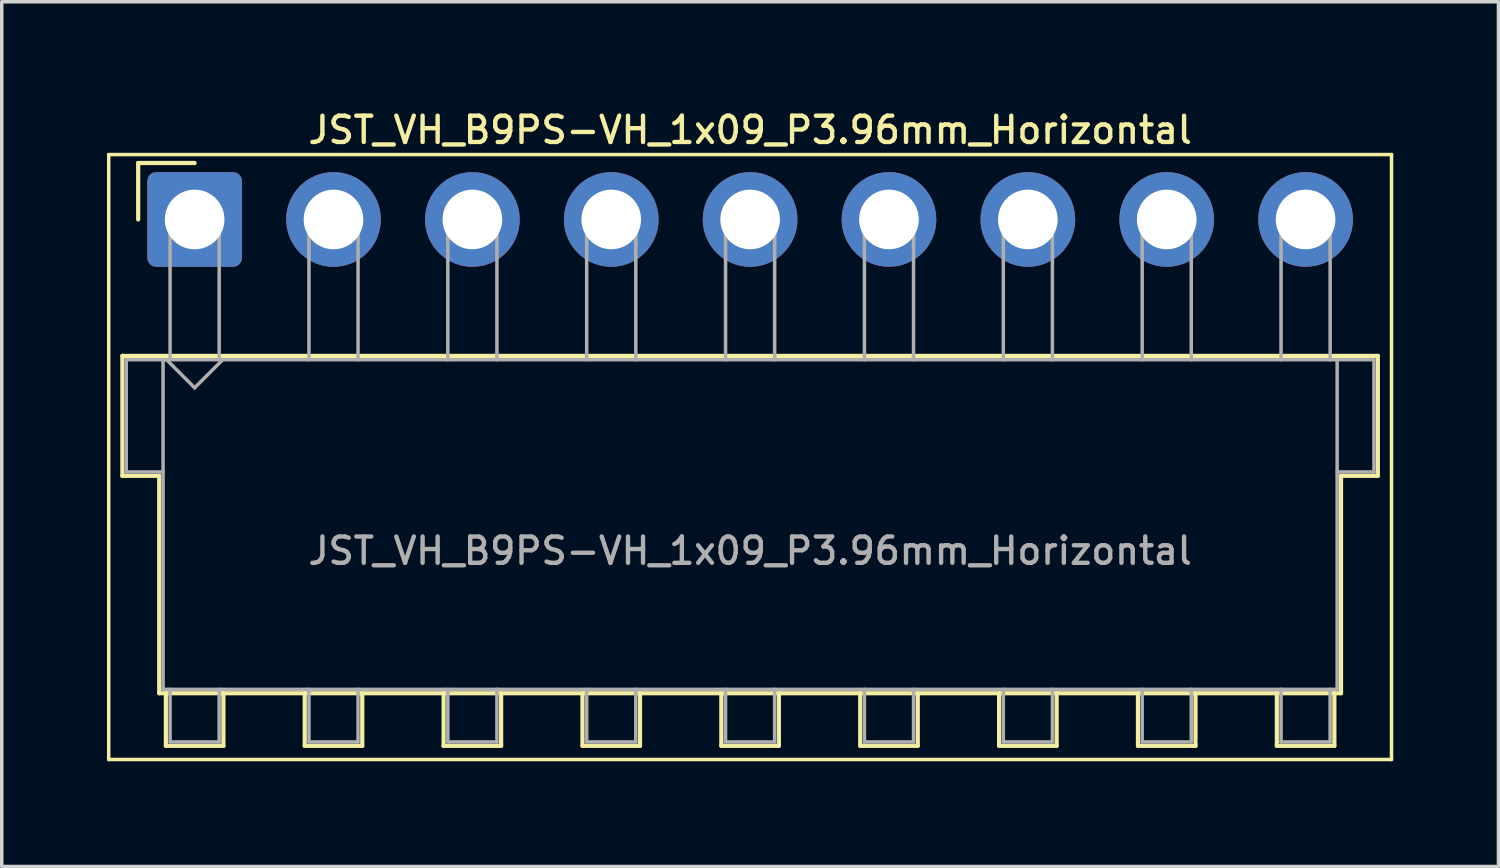
<source format=kicad_pcb>
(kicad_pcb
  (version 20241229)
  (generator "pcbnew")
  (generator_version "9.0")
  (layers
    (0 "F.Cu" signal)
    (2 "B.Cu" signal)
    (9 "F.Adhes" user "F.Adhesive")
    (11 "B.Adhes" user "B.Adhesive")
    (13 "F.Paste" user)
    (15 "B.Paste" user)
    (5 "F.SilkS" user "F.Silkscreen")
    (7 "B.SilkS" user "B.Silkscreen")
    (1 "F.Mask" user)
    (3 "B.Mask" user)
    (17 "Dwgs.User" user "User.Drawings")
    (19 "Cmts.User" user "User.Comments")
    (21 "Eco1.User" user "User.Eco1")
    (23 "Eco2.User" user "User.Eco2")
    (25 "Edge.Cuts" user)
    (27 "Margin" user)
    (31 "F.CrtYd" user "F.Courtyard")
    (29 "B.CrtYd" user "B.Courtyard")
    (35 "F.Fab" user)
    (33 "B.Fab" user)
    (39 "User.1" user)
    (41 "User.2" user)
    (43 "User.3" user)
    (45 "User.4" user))
  (footprint "JST_VH_B9PS-VH_1x09_P3.96mm_Horizontal"
    (layer "F.Cu")
    (at 2.5 3.208)
    (property "Reference" "JST_VH_B9PS-VH_1x09_P3.96mm_Horizontal" (at 15.84 -2.55 0) (layer "F.SilkS") (effects (font (size 0.75 0.75) (thickness 0.125))))
    (attr through_hole)
    (fp_line (start -2.45 -1.85) (end -2.45 15.4) (stroke (width 0.1) (type solid)) (layer "F.SilkS"))
    (fp_line (start -2.45 15.4) (end 34.13 15.4) (stroke (width 0.1) (type solid)) (layer "F.SilkS"))
    (fp_line (start -2.06 3.89) (end 33.74 3.89) (stroke (width 0.12) (type solid)) (layer "F.SilkS"))
    (fp_line (start -2.06 7.31) (end -2.06 3.89) (stroke (width 0.12) (type solid)) (layer "F.SilkS"))
    (fp_line (start -1.61 -1.61) (end -1.61 0) (stroke (width 0.12) (type solid)) (layer "F.SilkS"))
    (fp_line (start -1.01 7.31) (end -2.06 7.31) (stroke (width 0.12) (type solid)) (layer "F.SilkS"))
    (fp_line (start -1.01 13.51) (end -1.01 7.31) (stroke (width 0.12) (type solid)) (layer "F.SilkS"))
    (fp_line (start -0.82 13.51) (end -0.82 15.01) (stroke (width 0.12) (type solid)) (layer "F.SilkS"))
    (fp_line (start -0.82 15.01) (end 0.82 15.01) (stroke (width 0.12) (type solid)) (layer "F.SilkS"))
    (fp_line (start 0 -1.61) (end -1.61 -1.61) (stroke (width 0.12) (type solid)) (layer "F.SilkS"))
    (fp_line (start 0.82 15.01) (end 0.82 13.51) (stroke (width 0.12) (type solid)) (layer "F.SilkS"))
    (fp_line (start 3.14 13.51) (end 3.14 15.01) (stroke (width 0.12) (type solid)) (layer "F.SilkS"))
    (fp_line (start 3.14 15.01) (end 4.78 15.01) (stroke (width 0.12) (type solid)) (layer "F.SilkS"))
    (fp_line (start 4.78 15.01) (end 4.78 13.51) (stroke (width 0.12) (type solid)) (layer "F.SilkS"))
    (fp_line (start 7.1 13.51) (end 7.1 15.01) (stroke (width 0.12) (type solid)) (layer "F.SilkS"))
    (fp_line (start 7.1 15.01) (end 8.74 15.01) (stroke (width 0.12) (type solid)) (layer "F.SilkS"))
    (fp_line (start 8.74 15.01) (end 8.74 13.51) (stroke (width 0.12) (type solid)) (layer "F.SilkS"))
    (fp_line (start 11.06 13.51) (end 11.06 15.01) (stroke (width 0.12) (type solid)) (layer "F.SilkS"))
    (fp_line (start 11.06 15.01) (end 12.7 15.01) (stroke (width 0.12) (type solid)) (layer "F.SilkS"))
    (fp_line (start 12.7 15.01) (end 12.7 13.51) (stroke (width 0.12) (type solid)) (layer "F.SilkS"))
    (fp_line (start 15.02 13.51) (end 15.02 15.01) (stroke (width 0.12) (type solid)) (layer "F.SilkS"))
    (fp_line (start 15.02 15.01) (end 16.66 15.01) (stroke (width 0.12) (type solid)) (layer "F.SilkS"))
    (fp_line (start 16.66 15.01) (end 16.66 13.51) (stroke (width 0.12) (type solid)) (layer "F.SilkS"))
    (fp_line (start 18.98 13.51) (end 18.98 15.01) (stroke (width 0.12) (type solid)) (layer "F.SilkS"))
    (fp_line (start 18.98 15.01) (end 20.62 15.01) (stroke (width 0.12) (type solid)) (layer "F.SilkS"))
    (fp_line (start 20.62 15.01) (end 20.62 13.51) (stroke (width 0.12) (type solid)) (layer "F.SilkS"))
    (fp_line (start 22.94 13.51) (end 22.94 15.01) (stroke (width 0.12) (type solid)) (layer "F.SilkS"))
    (fp_line (start 22.94 15.01) (end 24.58 15.01) (stroke (width 0.12) (type solid)) (layer "F.SilkS"))
    (fp_line (start 24.58 15.01) (end 24.58 13.51) (stroke (width 0.12) (type solid)) (layer "F.SilkS"))
    (fp_line (start 26.9 13.51) (end 26.9 15.01) (stroke (width 0.12) (type solid)) (layer "F.SilkS"))
    (fp_line (start 26.9 15.01) (end 28.54 15.01) (stroke (width 0.12) (type solid)) (layer "F.SilkS"))
    (fp_line (start 28.54 15.01) (end 28.54 13.51) (stroke (width 0.12) (type solid)) (layer "F.SilkS"))
    (fp_line (start 30.86 13.51) (end 30.86 15.01) (stroke (width 0.12) (type solid)) (layer "F.SilkS"))
    (fp_line (start 30.86 15.01) (end 32.5 15.01) (stroke (width 0.12) (type solid)) (layer "F.SilkS"))
    (fp_line (start 32.5 15.01) (end 32.5 13.51) (stroke (width 0.12) (type solid)) (layer "F.SilkS"))
    (fp_line (start 32.69 7.31) (end 32.69 13.51) (stroke (width 0.12) (type solid)) (layer "F.SilkS"))
    (fp_line (start 32.69 13.51) (end -1.01 13.51) (stroke (width 0.12) (type solid)) (layer "F.SilkS"))
    (fp_line (start 33.74 3.89) (end 33.74 7.31) (stroke (width 0.12) (type solid)) (layer "F.SilkS"))
    (fp_line (start 33.74 7.31) (end 32.69 7.31) (stroke (width 0.12) (type solid)) (layer "F.SilkS"))
    (fp_line (start 34.13 -1.85) (end -2.45 -1.85) (stroke (width 0.1) (type solid)) (layer "F.SilkS"))
    (fp_line (start 34.13 15.4) (end 34.13 -1.85) (stroke (width 0.1) (type solid)) (layer "F.SilkS"))
    (fp_line (start -1.95 4) (end -0.9 4) (stroke (width 0.1) (type solid)) (layer "F.Fab"))
    (fp_line (start -1.95 7.2) (end -1.95 4) (stroke (width 0.1) (type solid)) (layer "F.Fab"))
    (fp_line (start -0.9 4) (end -0.9 13.4) (stroke (width 0.1) (type solid)) (layer "F.Fab"))
    (fp_line (start -0.9 7.2) (end -1.95 7.2) (stroke (width 0.1) (type solid)) (layer "F.Fab"))
    (fp_line (start -0.9 13.4) (end 32.58 13.4) (stroke (width 0.1) (type solid)) (layer "F.Fab"))
    (fp_line (start -0.8 4) (end 0 4.8) (stroke (width 0.1) (type solid)) (layer "F.Fab"))
    (fp_line (start -0.7 0) (end 0.7 0) (stroke (width 0.1) (type solid)) (layer "F.Fab"))
    (fp_line (start -0.7 4) (end -0.7 0) (stroke (width 0.1) (type solid)) (layer "F.Fab"))
    (fp_line (start -0.7 13.4) (end -0.7 14.9) (stroke (width 0.1) (type solid)) (layer "F.Fab"))
    (fp_line (start -0.7 14.9) (end 0.7 14.9) (stroke (width 0.1) (type solid)) (layer "F.Fab"))
    (fp_line (start 0 4.8) (end 0.8 4) (stroke (width 0.1) (type solid)) (layer "F.Fab"))
    (fp_line (start 0.7 0) (end 0.7 4) (stroke (width 0.1) (type solid)) (layer "F.Fab"))
    (fp_line (start 0.7 14.9) (end 0.7 13.4) (stroke (width 0.1) (type solid)) (layer "F.Fab"))
    (fp_line (start 3.26 0) (end 4.66 0) (stroke (width 0.1) (type solid)) (layer "F.Fab"))
    (fp_line (start 3.26 4) (end 3.26 0) (stroke (width 0.1) (type solid)) (layer "F.Fab"))
    (fp_line (start 3.26 13.4) (end 3.26 14.9) (stroke (width 0.1) (type solid)) (layer "F.Fab"))
    (fp_line (start 3.26 14.9) (end 4.66 14.9) (stroke (width 0.1) (type solid)) (layer "F.Fab"))
    (fp_line (start 4.66 0) (end 4.66 4) (stroke (width 0.1) (type solid)) (layer "F.Fab"))
    (fp_line (start 4.66 14.9) (end 4.66 13.4) (stroke (width 0.1) (type solid)) (layer "F.Fab"))
    (fp_line (start 7.22 0) (end 8.62 0) (stroke (width 0.1) (type solid)) (layer "F.Fab"))
    (fp_line (start 7.22 4) (end 7.22 0) (stroke (width 0.1) (type solid)) (layer "F.Fab"))
    (fp_line (start 7.22 13.4) (end 7.22 14.9) (stroke (width 0.1) (type solid)) (layer "F.Fab"))
    (fp_line (start 7.22 14.9) (end 8.62 14.9) (stroke (width 0.1) (type solid)) (layer "F.Fab"))
    (fp_line (start 8.62 0) (end 8.62 4) (stroke (width 0.1) (type solid)) (layer "F.Fab"))
    (fp_line (start 8.62 14.9) (end 8.62 13.4) (stroke (width 0.1) (type solid)) (layer "F.Fab"))
    (fp_line (start 11.18 0) (end 12.58 0) (stroke (width 0.1) (type solid)) (layer "F.Fab"))
    (fp_line (start 11.18 4) (end 11.18 0) (stroke (width 0.1) (type solid)) (layer "F.Fab"))
    (fp_line (start 11.18 13.4) (end 11.18 14.9) (stroke (width 0.1) (type solid)) (layer "F.Fab"))
    (fp_line (start 11.18 14.9) (end 12.58 14.9) (stroke (width 0.1) (type solid)) (layer "F.Fab"))
    (fp_line (start 12.58 0) (end 12.58 4) (stroke (width 0.1) (type solid)) (layer "F.Fab"))
    (fp_line (start 12.58 14.9) (end 12.58 13.4) (stroke (width 0.1) (type solid)) (layer "F.Fab"))
    (fp_line (start 15.14 0) (end 16.54 0) (stroke (width 0.1) (type solid)) (layer "F.Fab"))
    (fp_line (start 15.14 4) (end 15.14 0) (stroke (width 0.1) (type solid)) (layer "F.Fab"))
    (fp_line (start 15.14 13.4) (end 15.14 14.9) (stroke (width 0.1) (type solid)) (layer "F.Fab"))
    (fp_line (start 15.14 14.9) (end 16.54 14.9) (stroke (width 0.1) (type solid)) (layer "F.Fab"))
    (fp_line (start 16.54 0) (end 16.54 4) (stroke (width 0.1) (type solid)) (layer "F.Fab"))
    (fp_line (start 16.54 14.9) (end 16.54 13.4) (stroke (width 0.1) (type solid)) (layer "F.Fab"))
    (fp_line (start 19.1 0) (end 20.5 0) (stroke (width 0.1) (type solid)) (layer "F.Fab"))
    (fp_line (start 19.1 4) (end 19.1 0) (stroke (width 0.1) (type solid)) (layer "F.Fab"))
    (fp_line (start 19.1 13.4) (end 19.1 14.9) (stroke (width 0.1) (type solid)) (layer "F.Fab"))
    (fp_line (start 19.1 14.9) (end 20.5 14.9) (stroke (width 0.1) (type solid)) (layer "F.Fab"))
    (fp_line (start 20.5 0) (end 20.5 4) (stroke (width 0.1) (type solid)) (layer "F.Fab"))
    (fp_line (start 20.5 14.9) (end 20.5 13.4) (stroke (width 0.1) (type solid)) (layer "F.Fab"))
    (fp_line (start 23.06 0) (end 24.46 0) (stroke (width 0.1) (type solid)) (layer "F.Fab"))
    (fp_line (start 23.06 4) (end 23.06 0) (stroke (width 0.1) (type solid)) (layer "F.Fab"))
    (fp_line (start 23.06 13.4) (end 23.06 14.9) (stroke (width 0.1) (type solid)) (layer "F.Fab"))
    (fp_line (start 23.06 14.9) (end 24.46 14.9) (stroke (width 0.1) (type solid)) (layer "F.Fab"))
    (fp_line (start 24.46 0) (end 24.46 4) (stroke (width 0.1) (type solid)) (layer "F.Fab"))
    (fp_line (start 24.46 14.9) (end 24.46 13.4) (stroke (width 0.1) (type solid)) (layer "F.Fab"))
    (fp_line (start 27.02 0) (end 28.42 0) (stroke (width 0.1) (type solid)) (layer "F.Fab"))
    (fp_line (start 27.02 4) (end 27.02 0) (stroke (width 0.1) (type solid)) (layer "F.Fab"))
    (fp_line (start 27.02 13.4) (end 27.02 14.9) (stroke (width 0.1) (type solid)) (layer "F.Fab"))
    (fp_line (start 27.02 14.9) (end 28.42 14.9) (stroke (width 0.1) (type solid)) (layer "F.Fab"))
    (fp_line (start 28.42 0) (end 28.42 4) (stroke (width 0.1) (type solid)) (layer "F.Fab"))
    (fp_line (start 28.42 14.9) (end 28.42 13.4) (stroke (width 0.1) (type solid)) (layer "F.Fab"))
    (fp_line (start 30.98 0) (end 32.38 0) (stroke (width 0.1) (type solid)) (layer "F.Fab"))
    (fp_line (start 30.98 4) (end 30.98 0) (stroke (width 0.1) (type solid)) (layer "F.Fab"))
    (fp_line (start 30.98 13.4) (end 30.98 14.9) (stroke (width 0.1) (type solid)) (layer "F.Fab"))
    (fp_line (start 30.98 14.9) (end 32.38 14.9) (stroke (width 0.1) (type solid)) (layer "F.Fab"))
    (fp_line (start 32.38 0) (end 32.38 4) (stroke (width 0.1) (type solid)) (layer "F.Fab"))
    (fp_line (start 32.38 14.9) (end 32.38 13.4) (stroke (width 0.1) (type solid)) (layer "F.Fab"))
    (fp_line (start 32.58 4) (end -0.9 4) (stroke (width 0.1) (type solid)) (layer "F.Fab"))
    (fp_line (start 32.58 4) (end 33.63 4) (stroke (width 0.1) (type solid)) (layer "F.Fab"))
    (fp_line (start 32.58 13.4) (end 32.58 4) (stroke (width 0.1) (type solid)) (layer "F.Fab"))
    (fp_line (start 33.63 4) (end 33.63 7.2) (stroke (width 0.1) (type solid)) (layer "F.Fab"))
    (fp_line (start 33.63 7.2) (end 32.58 7.2) (stroke (width 0.1) (type solid)) (layer "F.Fab"))
    (fp_text user "${REFERENCE}" (at 15.84 9.45 0) (layer "F.Fab") (effects (font (size 0.75 0.75) (thickness 0.125))))
    (pad "1" thru_hole roundrect (at 0 0) (size 2.7 2.7) (drill 1.7) (layers "*.Cu" "*.Mask") (roundrect_rratio 0.093))
    (pad "2" thru_hole circle (at 3.96 0) (size 2.7 2.7) (drill 1.7) (layers "*.Cu" "*.Mask"))
    (pad "3" thru_hole circle (at 7.92 0) (size 2.7 2.7) (drill 1.7) (layers "*.Cu" "*.Mask"))
    (pad "4" thru_hole circle (at 11.88 0) (size 2.7 2.7) (drill 1.7) (layers "*.Cu" "*.Mask"))
    (pad "5" thru_hole circle (at 15.84 0) (size 2.7 2.7) (drill 1.7) (layers "*.Cu" "*.Mask"))
    (pad "6" thru_hole circle (at 19.8 0) (size 2.7 2.7) (drill 1.7) (layers "*.Cu" "*.Mask"))
    (pad "7" thru_hole circle (at 23.76 0) (size 2.7 2.7) (drill 1.7) (layers "*.Cu" "*.Mask"))
    (pad "8" thru_hole circle (at 27.72 0) (size 2.7 2.7) (drill 1.7) (layers "*.Cu" "*.Mask"))
    (pad "9" thru_hole circle (at 31.68 0) (size 2.7 2.7) (drill 1.7) (layers "*.Cu" "*.Mask")))
  (gr_rect
    (start -3 -3)
    (end 39.68 21.658)
    (stroke (width 0.1) (type default))
    (fill no)
    (layer "Edge.Cuts")))
</source>
